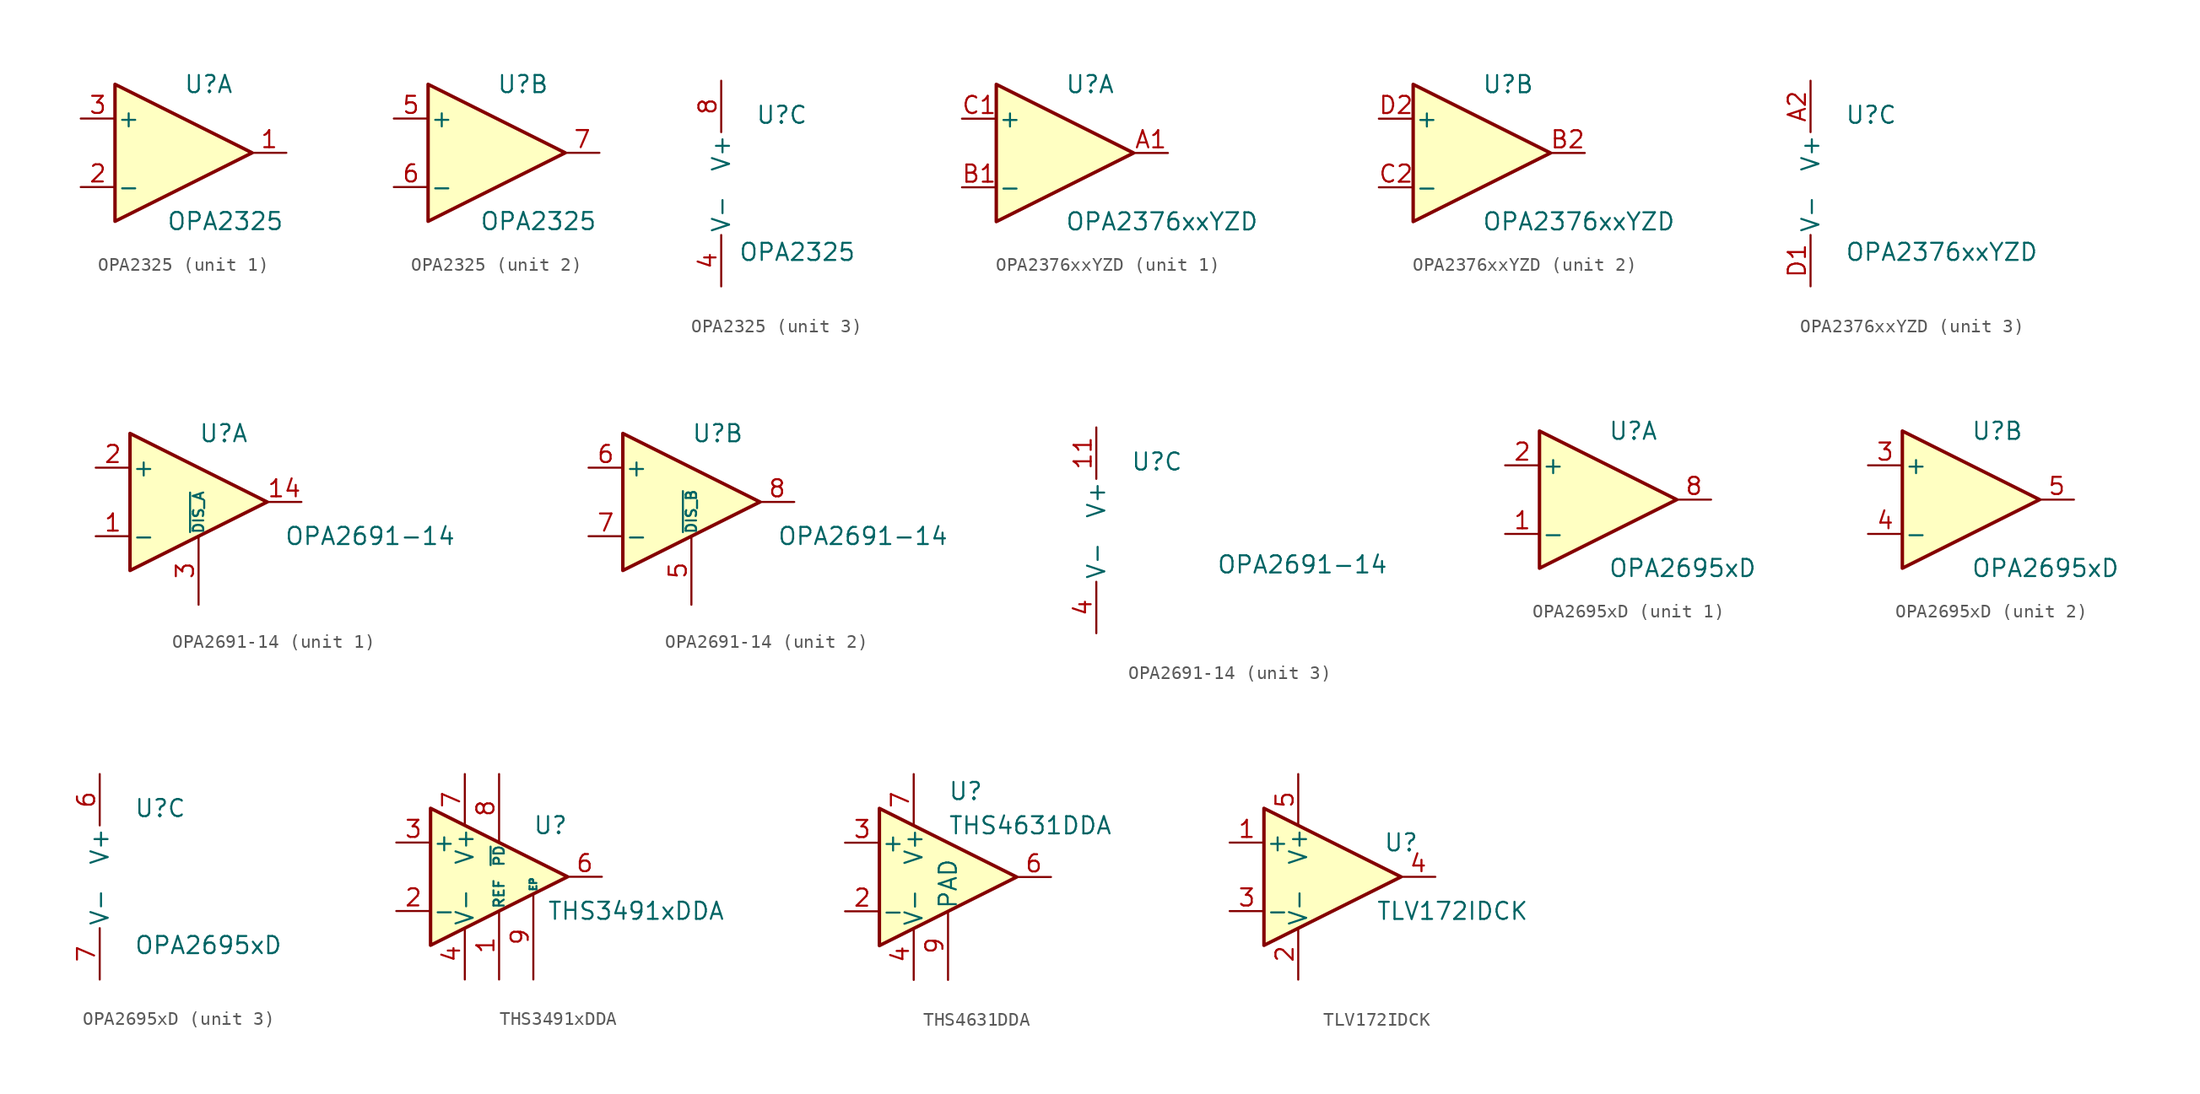
<source format=kicad_sym>
(kicad_symbol_lib
  (version 20201005)
  (generator kicad_symbol_editor)
  (symbol "OPA2325"
    (pin_names
      (offset 0.127))
    (property "Reference" "U"
      (at 0 5.08 0)
      (effects (font (size 1.27 1.27)) (justify left)))
    (property "Value" "OPA2325"
      (at -1.27 -5.08 0)
      (effects (font (size 1.27 1.27)) (justify left)))
    (property "ki_locked" ""
      (at 0 0 0)
      (effects (font (size 1.27 1.27))))
    (symbol "OPA2325_1_1"
      (polyline (pts (xy -5.08 5.08) (xy 5.08 0) (xy -5.08 -5.08) (xy -5.08 5.08)) (stroke (width 0.254)) (fill (type background)))
      (pin output line (at 7.62 0 180) (length 2.54) (name "~" (effects (font (size 1.27 1.27)))) (number "1" (effects (font (size 1.27 1.27)))))
      (pin input line (at -7.62 -2.54 0) (length 2.54) (name "-" (effects (font (size 1.27 1.27)))) (number "2" (effects (font (size 1.27 1.27)))))
      (pin input line (at -7.62 2.54 0) (length 2.54) (name "+" (effects (font (size 1.27 1.27)))) (number "3" (effects (font (size 1.27 1.27))))))
    (symbol "OPA2325_2_1"
      (polyline (pts (xy -5.08 5.08) (xy 5.08 0) (xy -5.08 -5.08) (xy -5.08 5.08)) (stroke (width 0.254)) (fill (type background)))
      (pin input line (at -7.62 2.54 0) (length 2.54) (name "+" (effects (font (size 1.27 1.27)))) (number "5" (effects (font (size 1.27 1.27)))))
      (pin input line (at -7.62 -2.54 0) (length 2.54) (name "-" (effects (font (size 1.27 1.27)))) (number "6" (effects (font (size 1.27 1.27)))))
      (pin output line (at 7.62 0 180) (length 2.54) (name "~" (effects (font (size 1.27 1.27)))) (number "7" (effects (font (size 1.27 1.27))))))
    (symbol "OPA2325_3_1"
      (pin power_in line (at -2.54 -7.62 90) (length 3.81) (name "V-" (effects (font (size 1.27 1.27)))) (number "4" (effects (font (size 1.27 1.27)))))
      (pin power_in line (at -2.54 7.62 270) (length 3.81) (name "V+" (effects (font (size 1.27 1.27)))) (number "8" (effects (font (size 1.27 1.27)))))))
  (symbol "OPA2376xxYZD"
    (pin_names
      (offset 0.127))
    (property "Reference" "U"
      (at 0 5.08 0)
      (effects (font (size 1.27 1.27)) (justify left)))
    (property "Value" "OPA2376xxYZD"
      (at 0 -5.08 0)
      (effects (font (size 1.27 1.27)) (justify left)))
    (property "ki_locked" ""
      (at 0 0 0)
      (effects (font (size 1.27 1.27))))
    (symbol "OPA2376xxYZD_1_1"
      (polyline (pts (xy -5.08 5.08) (xy 5.08 0) (xy -5.08 -5.08) (xy -5.08 5.08)) (stroke (width 0.254)) (fill (type background)))
      (pin output line (at 7.62 0 180) (length 2.54) (name "~" (effects (font (size 1.27 1.27)))) (number "A1" (effects (font (size 1.27 1.27)))))
      (pin input line (at -7.62 -2.54 0) (length 2.54) (name "-" (effects (font (size 1.27 1.27)))) (number "B1" (effects (font (size 1.27 1.27)))))
      (pin input line (at -7.62 2.54 0) (length 2.54) (name "+" (effects (font (size 1.27 1.27)))) (number "C1" (effects (font (size 1.27 1.27))))))
    (symbol "OPA2376xxYZD_2_1"
      (polyline (pts (xy -5.08 5.08) (xy 5.08 0) (xy -5.08 -5.08) (xy -5.08 5.08)) (stroke (width 0.254)) (fill (type background)))
      (pin output line (at 7.62 0 180) (length 2.54) (name "~" (effects (font (size 1.27 1.27)))) (number "B2" (effects (font (size 1.27 1.27)))))
      (pin input line (at -7.62 -2.54 0) (length 2.54) (name "-" (effects (font (size 1.27 1.27)))) (number "C2" (effects (font (size 1.27 1.27)))))
      (pin input line (at -7.62 2.54 0) (length 2.54) (name "+" (effects (font (size 1.27 1.27)))) (number "D2" (effects (font (size 1.27 1.27))))))
    (symbol "OPA2376xxYZD_3_1"
      (pin power_in line (at -2.54 7.62 270) (length 3.81) (name "V+" (effects (font (size 1.27 1.27)))) (number "A2" (effects (font (size 1.27 1.27)))))
      (pin power_in line (at -2.54 -7.62 90) (length 3.81) (name "V-" (effects (font (size 1.27 1.27)))) (number "D1" (effects (font (size 1.27 1.27)))))))
  (symbol "OPA2691-14"
    (pin_names
      (offset 0.127))
    (property "Reference" "U"
      (at 0 5.08 0)
      (effects (font (size 1.27 1.27)) (justify left)))
    (property "Value" "OPA2691-14"
      (at 6.35 -2.54 0)
      (effects (font (size 1.27 1.27)) (justify left)))
    (property "ki_locked" ""
      (at 0 0 0)
      (effects (font (size 1.27 1.27))))
    (symbol "OPA2691-14_1_1"
      (polyline (pts (xy -5.08 5.08) (xy 5.08 0) (xy -5.08 -5.08) (xy -5.08 5.08)) (stroke (width 0.254)) (fill (type background)))
      (pin input line (at -7.62 -2.54 0) (length 2.54) (name "-" (effects (font (size 1.27 1.27)))) (number "1" (effects (font (size 1.27 1.27)))))
      (pin no_connect line (at 0 -2.54 90) (length 2.54) hide (name "NC" (effects (font (size 1.27 1.27)))) (number "10" (effects (font (size 1.27 1.27)))))
      (pin output line (at 7.62 0 180) (length 2.54) (name "~" (effects (font (size 1.27 1.27)))) (number "14" (effects (font (size 1.27 1.27)))))
      (pin input line (at -7.62 2.54 0) (length 2.54) (name "+" (effects (font (size 1.27 1.27)))) (number "2" (effects (font (size 1.27 1.27)))))
      (pin input line (at 0 -7.62 90) (length 5.08) (name "~DIS_A" (effects (font (size 0.762 0.762)))) (number "3" (effects (font (size 1.27 1.27)))))
      (pin no_connect line (at -2.54 -2.54 90) (length 2.54) hide (name "NC" (effects (font (size 1.27 1.27)))) (number "9" (effects (font (size 1.27 1.27))))))
    (symbol "OPA2691-14_2_1"
      (polyline (pts (xy -5.08 5.08) (xy 5.08 0) (xy -5.08 -5.08) (xy -5.08 5.08)) (stroke (width 0.254)) (fill (type background)))
      (pin no_connect line (at -2.54 -2.54 90) (length 2.54) hide (name "NC" (effects (font (size 1.27 1.27)))) (number "12" (effects (font (size 1.27 1.27)))))
      (pin no_connect line (at 0 -2.54 90) (length 2.54) hide (name "NC" (effects (font (size 1.27 1.27)))) (number "13" (effects (font (size 1.27 1.27)))))
      (pin input line (at 0 -7.62 90) (length 5.08) (name "~DIS_B" (effects (font (size 0.762 0.762)))) (number "5" (effects (font (size 1.27 1.27)))))
      (pin input line (at -7.62 2.54 0) (length 2.54) (name "+" (effects (font (size 1.27 1.27)))) (number "6" (effects (font (size 1.27 1.27)))))
      (pin input line (at -7.62 -2.54 0) (length 2.54) (name "-" (effects (font (size 1.27 1.27)))) (number "7" (effects (font (size 1.27 1.27)))))
      (pin output line (at 7.62 0 180) (length 2.54) (name "~" (effects (font (size 1.27 1.27)))) (number "8" (effects (font (size 1.27 1.27))))))
    (symbol "OPA2691-14_3_1"
      (pin power_in line (at -2.54 7.62 270) (length 3.81) (name "V+" (effects (font (size 1.27 1.27)))) (number "11" (effects (font (size 1.27 1.27)))))
      (pin power_in line (at -2.54 -7.62 90) (length 3.81) (name "V-" (effects (font (size 1.27 1.27)))) (number "4" (effects (font (size 1.27 1.27)))))))
  (symbol "OPA2695xD"
    (pin_names
      (offset 0.127))
    (property "Reference" "U"
      (at 0 5.08 0)
      (effects (font (size 1.27 1.27)) (justify left)))
    (property "Value" "OPA2695xD"
      (at 0 -5.08 0)
      (effects (font (size 1.27 1.27)) (justify left)))
    (property "ki_locked" ""
      (at 0 0 0)
      (effects (font (size 1.27 1.27))))
    (symbol "OPA2695xD_1_1"
      (polyline (pts (xy -5.08 5.08) (xy 5.08 0) (xy -5.08 -5.08) (xy -5.08 5.08)) (stroke (width 0.254)) (fill (type background)))
      (pin input line (at -7.62 -2.54 0) (length 2.54) (name "-" (effects (font (size 1.27 1.27)))) (number "1" (effects (font (size 1.27 1.27)))))
      (pin input line (at -7.62 2.54 0) (length 2.54) (name "+" (effects (font (size 1.27 1.27)))) (number "2" (effects (font (size 1.27 1.27)))))
      (pin output line (at 7.62 0 180) (length 2.54) (name "~" (effects (font (size 1.27 1.27)))) (number "8" (effects (font (size 1.27 1.27))))))
    (symbol "OPA2695xD_2_1"
      (polyline (pts (xy -5.08 5.08) (xy 5.08 0) (xy -5.08 -5.08) (xy -5.08 5.08)) (stroke (width 0.254)) (fill (type background)))
      (pin input line (at -7.62 2.54 0) (length 2.54) (name "+" (effects (font (size 1.27 1.27)))) (number "3" (effects (font (size 1.27 1.27)))))
      (pin input line (at -7.62 -2.54 0) (length 2.54) (name "-" (effects (font (size 1.27 1.27)))) (number "4" (effects (font (size 1.27 1.27)))))
      (pin output line (at 7.62 0 180) (length 2.54) (name "~" (effects (font (size 1.27 1.27)))) (number "5" (effects (font (size 1.27 1.27))))))
    (symbol "OPA2695xD_3_1"
      (pin power_in line (at -2.54 7.62 270) (length 3.81) (name "V+" (effects (font (size 1.27 1.27)))) (number "6" (effects (font (size 1.27 1.27)))))
      (pin power_in line (at -2.54 -7.62 90) (length 3.81) (name "V-" (effects (font (size 1.27 1.27)))) (number "7" (effects (font (size 1.27 1.27)))))))
  (symbol "THS3491xDDA"
    (pin_names
      (offset 0.127))
    (property "Reference" "U"
      (at 3.81 3.81 0)
      (effects (font (size 1.27 1.27))))
    (property "Value" "THS3491xDDA"
      (at 10.16 -2.54 0)
      (effects (font (size 1.27 1.27))))
    (symbol "THS3491xDDA_1_1"
      (polyline (pts (xy -5.08 5.08) (xy 5.08 0) (xy -5.08 -5.08) (xy -5.08 5.08)) (stroke (width 0.254)) (fill (type background)))
      (pin input line (at 0 -7.62 90) (length 5.08) (name "REF" (effects (font (size 0.762 0.762)))) (number "1" (effects (font (size 1.27 1.27)))))
      (pin input line (at -7.62 -2.54 0) (length 2.54) (name "-" (effects (font (size 1.27 1.27)))) (number "2" (effects (font (size 1.27 1.27)))))
      (pin input line (at -7.62 2.54 0) (length 2.54) (name "+" (effects (font (size 1.27 1.27)))) (number "3" (effects (font (size 1.27 1.27)))))
      (pin power_in line (at -2.54 -7.62 90) (length 3.81) (name "V-" (effects (font (size 1.27 1.27)))) (number "4" (effects (font (size 1.27 1.27)))))
      (pin no_connect line (at -5.08 0 0) (length 2.54) hide (name "NC" (effects (font (size 1.27 1.27)))) (number "5" (effects (font (size 1.27 1.27)))))
      (pin output line (at 7.62 0 180) (length 2.54) (name "~" (effects (font (size 1.27 1.27)))) (number "6" (effects (font (size 1.27 1.27)))))
      (pin power_in line (at -2.54 7.62 270) (length 3.81) (name "V+" (effects (font (size 1.27 1.27)))) (number "7" (effects (font (size 1.27 1.27)))))
      (pin input line (at 0 7.62 270) (length 5.08) (name "~PD" (effects (font (size 0.762 0.762)))) (number "8" (effects (font (size 1.27 1.27)))))
      (pin passive line (at 2.54 -7.62 90) (length 6.35) (name "EP" (effects (font (size 0.508 0.508)))) (number "9" (effects (font (size 1.27 1.27)))))))
  (symbol "THS4631DDA"
    (pin_names
      (offset 0.127))
    (property "Reference" "U"
      (at 0 6.35 0)
      (effects (font (size 1.27 1.27)) (justify left)))
    (property "Value" "THS4631DDA"
      (at 0 3.81 0)
      (effects (font (size 1.27 1.27)) (justify left)))
    (symbol "THS4631DDA_0_1"
      (polyline (pts (xy -5.08 5.08) (xy 5.08 0) (xy -5.08 -5.08) (xy -5.08 5.08)) (stroke (width 0.254)) (fill (type background))))
    (symbol "THS4631DDA_1_1"
      (pin no_connect line (at -2.54 2.54 270) (length 2.54) hide (name "NC" (effects (font (size 1.27 1.27)))) (number "1" (effects (font (size 1.27 1.27)))))
      (pin input line (at -7.62 -2.54 0) (length 2.54) (name "-" (effects (font (size 1.27 1.27)))) (number "2" (effects (font (size 1.27 1.27)))))
      (pin input line (at -7.62 2.54 0) (length 2.54) (name "+" (effects (font (size 1.27 1.27)))) (number "3" (effects (font (size 1.27 1.27)))))
      (pin power_in line (at -2.54 -7.62 90) (length 3.81) (name "V-" (effects (font (size 1.27 1.27)))) (number "4" (effects (font (size 1.27 1.27)))))
      (pin no_connect line (at 0 2.54 270) (length 2.54) hide (name "NC" (effects (font (size 1.27 1.27)))) (number "5" (effects (font (size 1.27 1.27)))))
      (pin output line (at 7.62 0 180) (length 2.54) (name "~" (effects (font (size 1.27 1.27)))) (number "6" (effects (font (size 1.27 1.27)))))
      (pin power_in line (at -2.54 7.62 270) (length 3.81) (name "V+" (effects (font (size 1.27 1.27)))) (number "7" (effects (font (size 1.27 1.27)))))
      (pin no_connect line (at 0 -2.54 90) (length 2.54) hide (name "NC" (effects (font (size 1.27 1.27)))) (number "8" (effects (font (size 1.27 1.27)))))
      (pin passive line (at 0 -7.62 90) (length 5.08) (name "PAD" (effects (font (size 1.27 1.27)))) (number "9" (effects (font (size 1.27 1.27)))))))
  (symbol "TLV172IDCK"
    (pin_names
      (offset 0.127))
    (property "Reference" "U"
      (at 7.62 2.54 0)
      (effects (font (size 1.27 1.27))))
    (property "Value" "TLV172IDCK"
      (at 11.43 -2.54 0)
      (effects (font (size 1.27 1.27))))
    (symbol "TLV172IDCK_0_1"
      (polyline (pts (xy -2.54 5.08) (xy -2.54 -5.08) (xy 7.62 0) (xy -2.54 5.08)) (stroke (width 0.254)) (fill (type background))))
    (symbol "TLV172IDCK_1_1"
      (pin input line (at -5.08 2.54 0) (length 2.54) (name "+" (effects (font (size 1.27 1.27)))) (number "1" (effects (font (size 1.27 1.27)))))
      (pin power_in line (at 0 -7.62 90) (length 3.81) (name "V-" (effects (font (size 1.27 1.27)))) (number "2" (effects (font (size 1.27 1.27)))))
      (pin input line (at -5.08 -2.54 0) (length 2.54) (name "-" (effects (font (size 1.27 1.27)))) (number "3" (effects (font (size 1.27 1.27)))))
      (pin output line (at 10.16 0 180) (length 2.54) (name "~" (effects (font (size 1.27 1.27)))) (number "4" (effects (font (size 1.27 1.27)))))
      (pin power_in line (at 0 7.62 270) (length 3.81) (name "V+" (effects (font (size 1.27 1.27)))) (number "5" (effects (font (size 1.27 1.27))))))))
</source>
